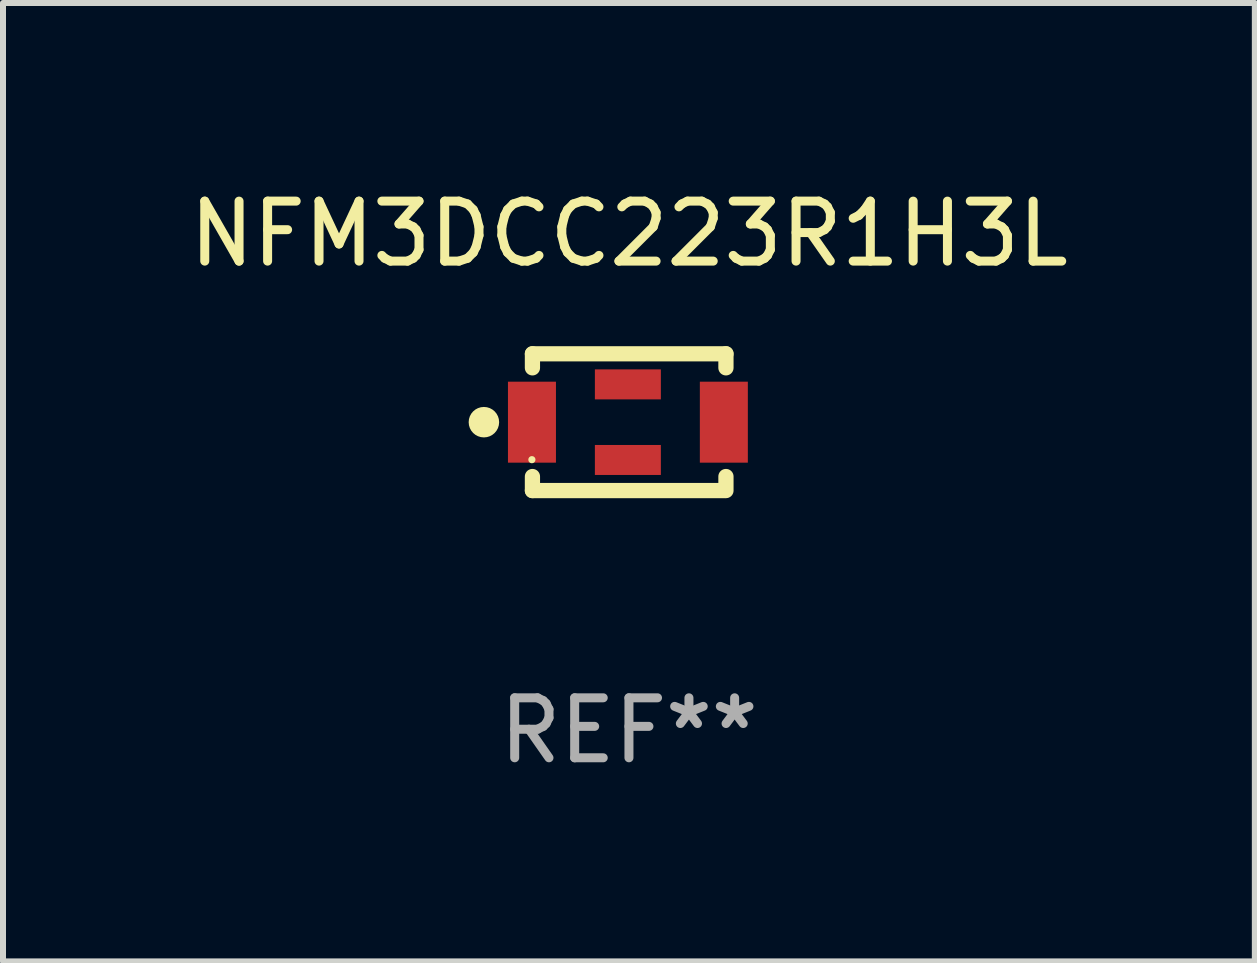
<source format=kicad_pcb>
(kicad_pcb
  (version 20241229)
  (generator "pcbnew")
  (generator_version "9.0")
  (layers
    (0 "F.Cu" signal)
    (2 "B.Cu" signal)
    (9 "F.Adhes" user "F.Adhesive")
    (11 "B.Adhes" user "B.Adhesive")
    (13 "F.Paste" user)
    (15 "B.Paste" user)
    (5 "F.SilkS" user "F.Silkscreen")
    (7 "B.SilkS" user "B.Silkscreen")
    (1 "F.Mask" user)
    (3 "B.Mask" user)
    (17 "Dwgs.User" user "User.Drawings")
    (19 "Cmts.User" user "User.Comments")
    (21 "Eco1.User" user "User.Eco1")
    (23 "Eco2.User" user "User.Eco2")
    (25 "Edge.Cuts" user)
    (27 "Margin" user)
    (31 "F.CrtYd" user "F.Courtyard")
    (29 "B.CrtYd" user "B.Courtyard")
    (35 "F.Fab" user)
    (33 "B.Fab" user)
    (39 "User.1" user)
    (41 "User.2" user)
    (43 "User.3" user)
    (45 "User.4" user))
  (footprint "NFM3DCC223R1H3L"
    (layer "F.Cu")
    (at 7.435 3.988)
    (property "Reference" "NFM3DCC223R1H3L" (at 0 -3.14 0) (layer "F.SilkS") (effects (font (size 1 1) (thickness 0.15))))
    (attr through_hole)
    (fp_line (start -1.609 -0.906) (end -1.609 -1.14) (stroke (width 0.254) (type solid)) (layer "F.SilkS"))
    (fp_line (start -1.609 1.14) (end -1.609 0.906) (stroke (width 0.254) (type solid)) (layer "F.SilkS"))
    (fp_line (start -1.609 1.14) (end 1.591 1.14) (stroke (width 0.254) (type solid)) (layer "F.SilkS"))
    (fp_line (start 1.617 -1.14) (end -1.609 -1.14) (stroke (width 0.254) (type solid)) (layer "F.SilkS"))
    (fp_line (start 1.617 -1.14) (end 1.617 -0.906) (stroke (width 0.254) (type solid)) (layer "F.SilkS"))
    (fp_line (start 1.617 0.906) (end 1.617 1.14) (stroke (width 0.254) (type solid)) (layer "F.SilkS"))
    (fp_circle (center -2.418 0) (end -2.291 0) (stroke (width 0.254) (type solid)) (fill no) (layer "F.SilkS"))
    (fp_circle (center -1.618 0.625) (end -1.588 0.625) (stroke (width 0.06) (type solid)) (fill no) (layer "F.SilkS"))
    (fp_text user "REF**" (at 0 5.14 0) (layer "F.Fab") (effects (font (size 1 1) (thickness 0.15))))
    (pad "1" smd rect (at -1.617 0 90) (size 1.35 0.8) (layers "F.Cu" "F.Mask" "F.Paste"))
    (pad "2" smd rect (at -0.018 -0.63 90) (size 0.5 1.1) (layers "F.Cu" "F.Mask" "F.Paste"))
    (pad "2" smd rect (at -0.018 0.63 180) (size 1.1 0.5) (layers "F.Cu" "F.Mask" "F.Paste"))
    (pad "3" smd rect (at 1.582 0 90) (size 1.35 0.8) (layers "F.Cu" "F.Mask" "F.Paste")))
  (gr_rect
    (start -3 -3)
    (end 17.869 12.977)
    (stroke (width 0.1) (type default))
    (fill no)
    (layer "Edge.Cuts")))
</source>
